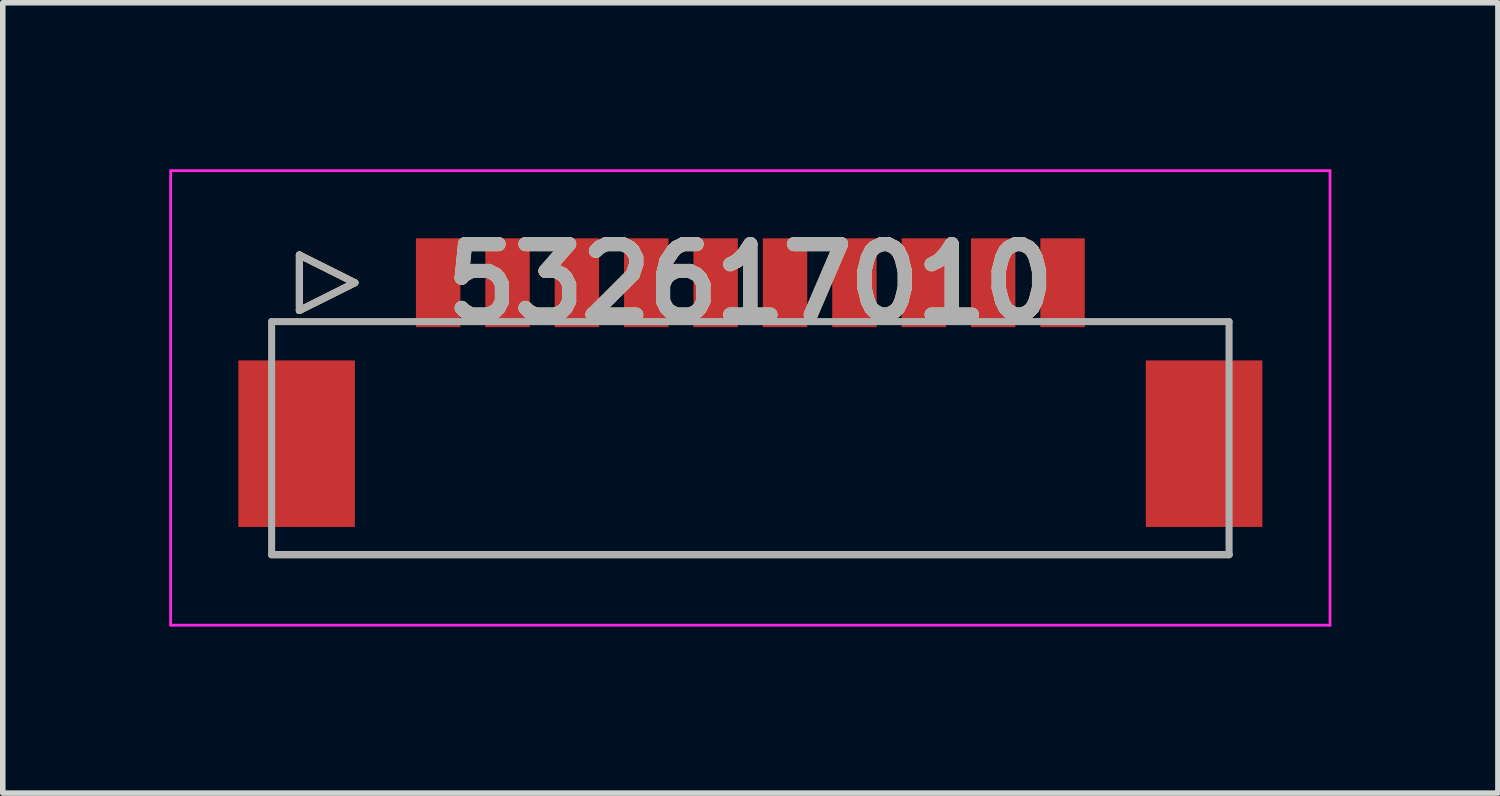
<source format=kicad_pcb>
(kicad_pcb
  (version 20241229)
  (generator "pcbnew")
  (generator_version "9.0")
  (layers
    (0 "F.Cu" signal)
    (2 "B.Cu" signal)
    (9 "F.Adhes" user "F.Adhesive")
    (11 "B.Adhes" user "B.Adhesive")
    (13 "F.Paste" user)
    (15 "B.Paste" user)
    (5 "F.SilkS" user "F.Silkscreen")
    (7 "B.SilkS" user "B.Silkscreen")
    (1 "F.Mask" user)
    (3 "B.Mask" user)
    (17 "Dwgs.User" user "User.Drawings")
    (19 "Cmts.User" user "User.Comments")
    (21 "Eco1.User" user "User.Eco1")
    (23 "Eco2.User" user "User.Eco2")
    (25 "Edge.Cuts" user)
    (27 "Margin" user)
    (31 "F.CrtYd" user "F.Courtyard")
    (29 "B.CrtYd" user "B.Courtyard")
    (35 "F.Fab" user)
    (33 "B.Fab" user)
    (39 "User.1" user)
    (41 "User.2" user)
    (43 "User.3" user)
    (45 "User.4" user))
  (footprint "532617010"
    (layer "F.Cu")
    (at 10.469 2.044)
    (property "Reference" "532617010" (at 0 0 0) (layer "F.SilkS") (effects (font (size 1.27 1.27) (thickness 0.254))))
    (attr smd)
    (fp_line (start -8.125 -0.5) (end -7.125 0) (stroke (width 0.127) (type solid)) (layer "F.SilkS"))
    (fp_line (start -8.125 0.5) (end -8.125 -0.5) (stroke (width 0.127) (type solid)) (layer "F.SilkS"))
    (fp_line (start -7.125 0) (end -8.125 0.5) (stroke (width 0.127) (type solid)) (layer "F.SilkS"))
    (fp_line (start 8.625 4.9) (end -8.625 4.9) (stroke (width 0.127) (type solid)) (layer "F.SilkS"))
    (fp_line (start -10.444 -2.019) (end 10.444 -2.019) (stroke (width 0.05) (type solid)) (layer "F.CrtYd"))
    (fp_line (start -10.444 6.17) (end -10.444 -2.019) (stroke (width 0.05) (type solid)) (layer "F.CrtYd"))
    (fp_line (start 10.444 -2.019) (end 10.444 6.17) (stroke (width 0.05) (type solid)) (layer "F.CrtYd"))
    (fp_line (start 10.444 6.17) (end -10.444 6.17) (stroke (width 0.05) (type solid)) (layer "F.CrtYd"))
    (fp_line (start -8.625 0.7) (end 8.625 0.7) (stroke (width 0.127) (type solid)) (layer "F.Fab"))
    (fp_line (start -8.625 4.9) (end -8.625 0.7) (stroke (width 0.127) (type solid)) (layer "F.Fab"))
    (fp_line (start -8.125 -0.5) (end -7.125 0) (stroke (width 0.127) (type solid)) (layer "F.Fab"))
    (fp_line (start -8.125 0.5) (end -8.125 -0.5) (stroke (width 0.127) (type solid)) (layer "F.Fab"))
    (fp_line (start -7.125 0) (end -8.125 0.5) (stroke (width 0.127) (type solid)) (layer "F.Fab"))
    (fp_line (start 8.625 0.7) (end 8.625 4.9) (stroke (width 0.127) (type solid)) (layer "F.Fab"))
    (fp_line (start 8.625 4.9) (end -8.625 4.9) (stroke (width 0.127) (type solid)) (layer "F.Fab"))
    (fp_text user "${REFERENCE}" (at 0 0 0) (layer "F.Fab") (effects (font (size 1.27 1.27) (thickness 0.254))))
    (pad "1" smd rect (at -5.625 0) (size 0.8 1.6) (layers "F.Cu" "F.Mask" "F.Paste"))
    (pad "2" smd rect (at -4.375 0) (size 0.8 1.6) (layers "F.Cu" "F.Mask" "F.Paste"))
    (pad "3" smd rect (at -3.125 0) (size 0.8 1.6) (layers "F.Cu" "F.Mask" "F.Paste"))
    (pad "4" smd rect (at -1.875 0) (size 0.8 1.6) (layers "F.Cu" "F.Mask" "F.Paste"))
    (pad "5" smd rect (at -0.625 0) (size 0.8 1.6) (layers "F.Cu" "F.Mask" "F.Paste"))
    (pad "6" smd rect (at 0.625 0) (size 0.8 1.6) (layers "F.Cu" "F.Mask" "F.Paste"))
    (pad "7" smd rect (at 1.875 0) (size 0.8 1.6) (layers "F.Cu" "F.Mask" "F.Paste"))
    (pad "8" smd rect (at 3.125 0) (size 0.8 1.6) (layers "F.Cu" "F.Mask" "F.Paste"))
    (pad "9" smd rect (at 4.375 0) (size 0.8 1.6) (layers "F.Cu" "F.Mask" "F.Paste"))
    (pad "10" smd rect (at 5.625 0) (size 0.8 1.6) (layers "F.Cu" "F.Mask" "F.Paste"))
    (pad "11" smd rect (at -8.175 2.9) (size 2.1 3) (layers "F.Cu" "F.Mask" "F.Paste"))
    (pad "12" smd rect (at 8.175 2.9) (size 2.1 3) (layers "F.Cu" "F.Mask" "F.Paste")))
  (gr_rect
    (start -3 -3)
    (end 23.938 11.239)
    (stroke (width 0.1) (type default))
    (fill no)
    (layer "Edge.Cuts")))
</source>
